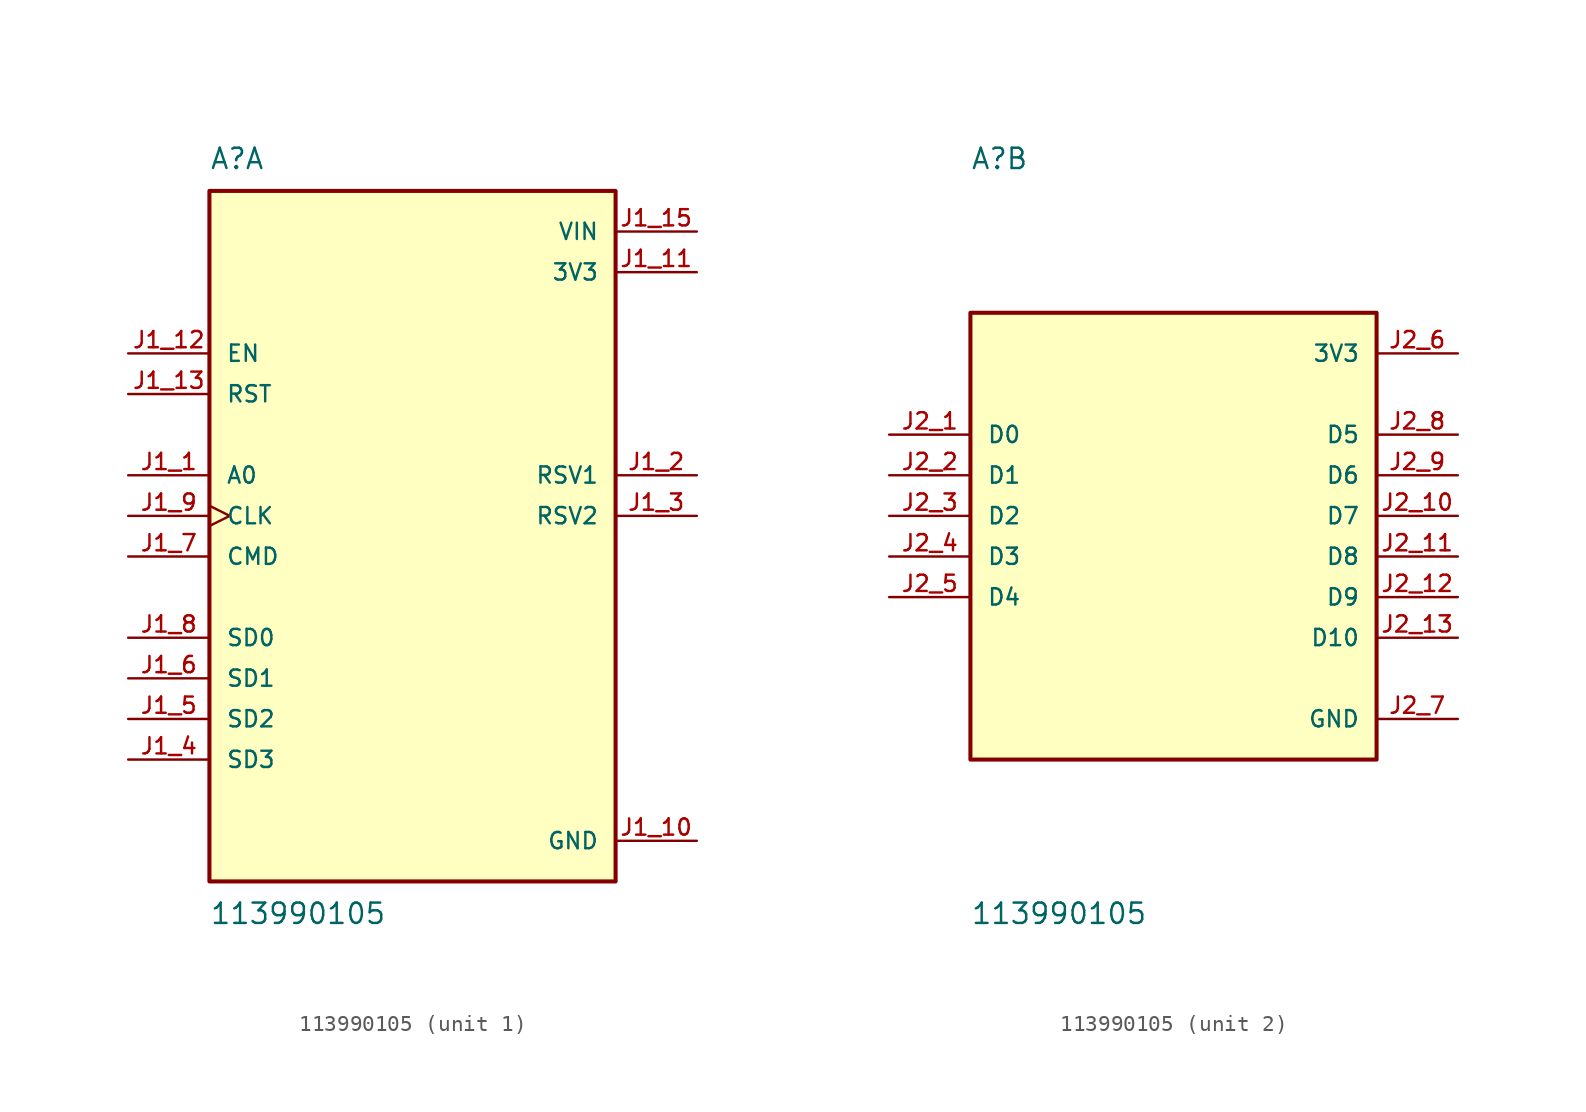
<source format=kicad_sym>
(kicad_symbol_lib
  (version 20211014)
  (generator kicad_symbol_editor)
  (symbol "113990105"
    (pin_names
      (offset 1.016))
    (property "Reference" "A"
      (at -12.7 21.59 0)
      (effects (font (size 1.27 1.27)) (justify bottom left)))
    (property "Value" "113990105"
      (at -12.7 -24.13 0.0)
      (effects (font (size 1.27 1.27)) (justify top left)))
    (symbol "113990105_1_0"
      (rectangle (start -12.7 -22.86) (end 12.7 20.32) (stroke (width 0.254)) (fill (type background)))
      (pin bidirectional line (at -17.78 2.54 0) (length 5.08) (name "A0" (effects (font (size 1.016 1.016)))) (number "J1_1" (effects (font (size 1.016 1.016)))))
      (pin bidirectional line (at 17.78 2.54 180.0) (length 5.08) (name "RSV1" (effects (font (size 1.016 1.016)))) (number "J1_2" (effects (font (size 1.016 1.016)))))
      (pin bidirectional line (at 17.78 0.0 180.0) (length 5.08) (name "RSV2" (effects (font (size 1.016 1.016)))) (number "J1_3" (effects (font (size 1.016 1.016)))))
      (pin bidirectional line (at -17.78 -15.24 0) (length 5.08) (name "SD3" (effects (font (size 1.016 1.016)))) (number "J1_4" (effects (font (size 1.016 1.016)))))
      (pin bidirectional line (at -17.78 -12.7 0) (length 5.08) (name "SD2" (effects (font (size 1.016 1.016)))) (number "J1_5" (effects (font (size 1.016 1.016)))))
      (pin bidirectional line (at -17.78 -10.16 0) (length 5.08) (name "SD1" (effects (font (size 1.016 1.016)))) (number "J1_6" (effects (font (size 1.016 1.016)))))
      (pin bidirectional line (at -17.78 -2.54 0) (length 5.08) (name "CMD" (effects (font (size 1.016 1.016)))) (number "J1_7" (effects (font (size 1.016 1.016)))))
      (pin bidirectional line (at -17.78 -7.62 0) (length 5.08) (name "SD0" (effects (font (size 1.016 1.016)))) (number "J1_8" (effects (font (size 1.016 1.016)))))
      (pin bidirectional clock (at -17.78 0.0 0) (length 5.08) (name "CLK" (effects (font (size 1.016 1.016)))) (number "J1_9" (effects (font (size 1.016 1.016)))))
      (pin power_in line (at 17.78 -20.32 180.0) (length 5.08) (name "GND" (effects (font (size 1.016 1.016)))) (number "J1_10" (effects (font (size 1.016 1.016)))))
      (pin power_in line (at 17.78 -20.32 180.0) (length 5.08) hide (name "GND" (effects (font (size 1.016 1.016)))) (number "J1_14" (effects (font (size 1.016 1.016)))))
      (pin power_in line (at 17.78 15.24 180.0) (length 5.08) (name "3V3" (effects (font (size 1.016 1.016)))) (number "J1_11" (effects (font (size 1.016 1.016)))))
      (pin input line (at -17.78 10.16 0) (length 5.08) (name "EN" (effects (font (size 1.016 1.016)))) (number "J1_12" (effects (font (size 1.016 1.016)))))
      (pin input line (at -17.78 7.62 0) (length 5.08) (name "RST" (effects (font (size 1.016 1.016)))) (number "J1_13" (effects (font (size 1.016 1.016)))))
      (pin power_in line (at 17.78 17.78 180.0) (length 5.08) (name "VIN" (effects (font (size 1.016 1.016)))) (number "J1_15" (effects (font (size 1.016 1.016))))))
    (symbol "113990105_2_0"
      (rectangle (start -12.7 -15.24) (end 12.7 12.7) (stroke (width 0.254)) (fill (type background)))
      (pin bidirectional line (at -17.78 5.08 0) (length 5.08) (name "D0" (effects (font (size 1.016 1.016)))) (number "J2_1" (effects (font (size 1.016 1.016)))))
      (pin bidirectional line (at -17.78 2.54 0) (length 5.08) (name "D1" (effects (font (size 1.016 1.016)))) (number "J2_2" (effects (font (size 1.016 1.016)))))
      (pin bidirectional line (at -17.78 0.0 0) (length 5.08) (name "D2" (effects (font (size 1.016 1.016)))) (number "J2_3" (effects (font (size 1.016 1.016)))))
      (pin bidirectional line (at -17.78 -2.54 0) (length 5.08) (name "D3" (effects (font (size 1.016 1.016)))) (number "J2_4" (effects (font (size 1.016 1.016)))))
      (pin bidirectional line (at -17.78 -5.08 0) (length 5.08) (name "D4" (effects (font (size 1.016 1.016)))) (number "J2_5" (effects (font (size 1.016 1.016)))))
      (pin power_in line (at 17.78 10.16 180.0) (length 5.08) (name "3V3" (effects (font (size 1.016 1.016)))) (number "J2_6" (effects (font (size 1.016 1.016)))))
      (pin power_in line (at 17.78 10.16 180.0) (length 5.08) hide (name "3V3" (effects (font (size 1.016 1.016)))) (number "J2_15" (effects (font (size 1.016 1.016)))))
      (pin power_in line (at 17.78 -12.7 180.0) (length 5.08) (name "GND" (effects (font (size 1.016 1.016)))) (number "J2_7" (effects (font (size 1.016 1.016)))))
      (pin power_in line (at 17.78 -12.7 180.0) (length 5.08) hide (name "GND" (effects (font (size 1.016 1.016)))) (number "J2_14" (effects (font (size 1.016 1.016)))))
      (pin bidirectional line (at 17.78 5.08 180.0) (length 5.08) (name "D5" (effects (font (size 1.016 1.016)))) (number "J2_8" (effects (font (size 1.016 1.016)))))
      (pin bidirectional line (at 17.78 2.54 180.0) (length 5.08) (name "D6" (effects (font (size 1.016 1.016)))) (number "J2_9" (effects (font (size 1.016 1.016)))))
      (pin bidirectional line (at 17.78 0.0 180.0) (length 5.08) (name "D7" (effects (font (size 1.016 1.016)))) (number "J2_10" (effects (font (size 1.016 1.016)))))
      (pin bidirectional line (at 17.78 -2.54 180.0) (length 5.08) (name "D8" (effects (font (size 1.016 1.016)))) (number "J2_11" (effects (font (size 1.016 1.016)))))
      (pin bidirectional line (at 17.78 -5.08 180.0) (length 5.08) (name "D9" (effects (font (size 1.016 1.016)))) (number "J2_12" (effects (font (size 1.016 1.016)))))
      (pin bidirectional line (at 17.78 -7.62 180.0) (length 5.08) (name "D10" (effects (font (size 1.016 1.016)))) (number "J2_13" (effects (font (size 1.016 1.016))))))))
</source>
